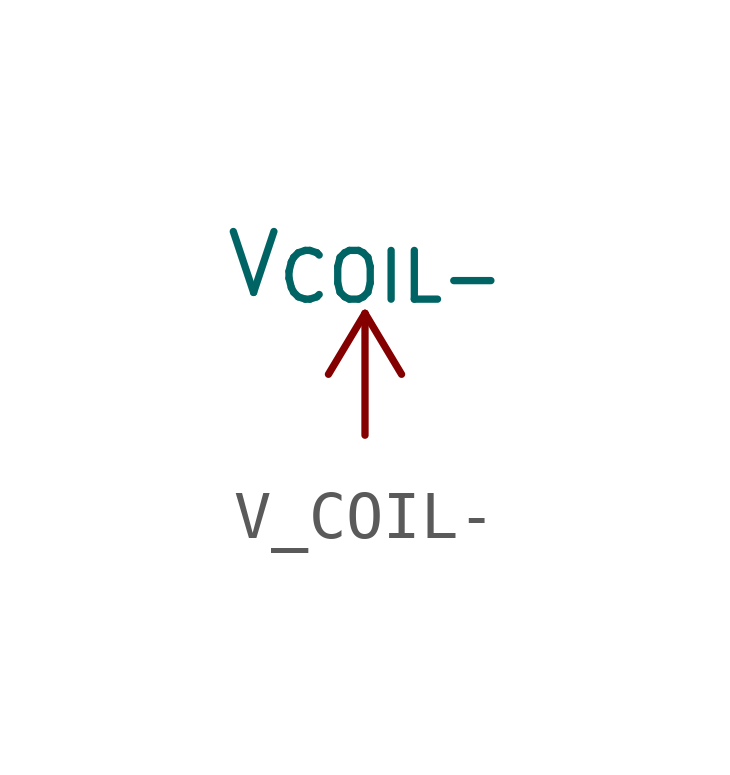
<source format=kicad_sym>
(kicad_symbol_lib
  (version 20220914)
  (generator kicad_symbol_editor)
  (symbol "V_COIL-"
    (power)
    (pin_names
      (offset 0))
    (property "Reference" "#PWR"
      (at 0 -3.81 0)
      (effects (font (size 1.27 1.27)) hide))
    (property "Value" "V_{COIL-}"
      (at 0 3.556 0)
      (effects (font (size 1.27 1.27))))
    (symbol "V_COIL-_0_1"
      (polyline (pts (xy -0.762 1.27) (xy 0 2.54)) (stroke (width 0) (type default)) (fill (type none)))
      (polyline (pts (xy 0 0) (xy 0 2.54)) (stroke (width 0) (type default)) (fill (type none)))
      (polyline (pts (xy 0 2.54) (xy 0.762 1.27)) (stroke (width 0) (type default)) (fill (type none))))
    (symbol "V_COIL-_1_1"
      (pin power_in line (at 0 0 90) (length 0) hide (name "V_COIL-" (effects (font (size 1.27 1.27)))) (number "1" (effects (font (size 1.27 1.27))))))))
</source>
